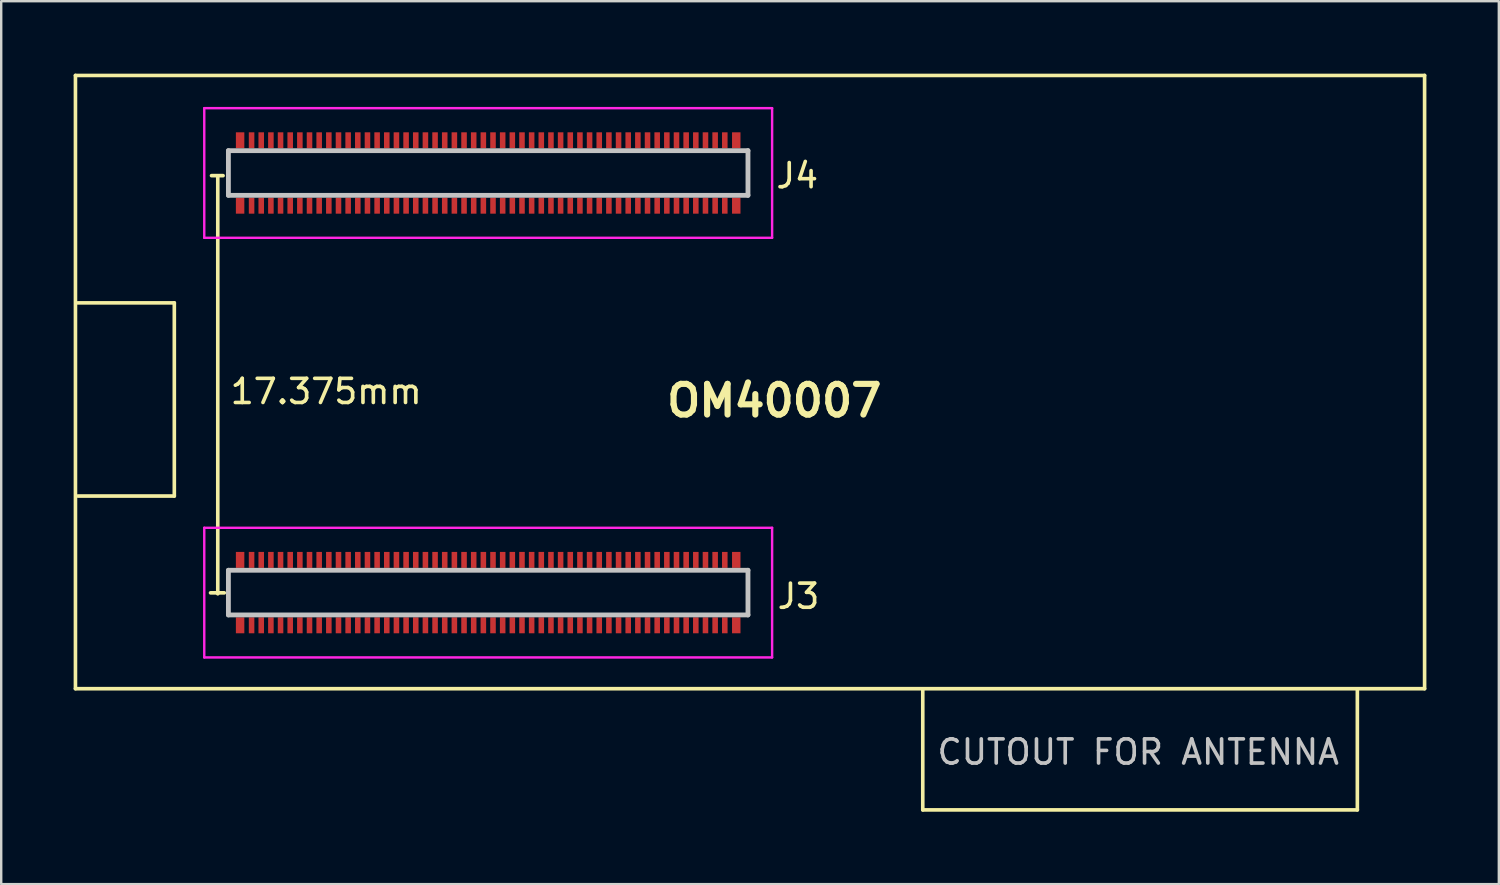
<source format=kicad_pcb>
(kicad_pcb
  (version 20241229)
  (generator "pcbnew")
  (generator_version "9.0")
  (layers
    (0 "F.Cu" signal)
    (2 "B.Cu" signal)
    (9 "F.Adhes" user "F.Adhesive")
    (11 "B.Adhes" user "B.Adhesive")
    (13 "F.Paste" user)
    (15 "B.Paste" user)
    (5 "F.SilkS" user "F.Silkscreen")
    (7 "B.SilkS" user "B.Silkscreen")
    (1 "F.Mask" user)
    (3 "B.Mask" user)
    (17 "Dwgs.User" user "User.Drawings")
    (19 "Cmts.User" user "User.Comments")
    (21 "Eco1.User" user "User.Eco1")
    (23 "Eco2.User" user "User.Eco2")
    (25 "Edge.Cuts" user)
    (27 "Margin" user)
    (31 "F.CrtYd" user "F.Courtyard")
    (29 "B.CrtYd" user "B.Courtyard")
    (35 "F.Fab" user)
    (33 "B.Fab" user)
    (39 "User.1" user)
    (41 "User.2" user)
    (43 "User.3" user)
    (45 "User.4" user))
  (footprint "OM40007"
    (layer "F.Cu")
    (at 17.17 21.495)
    (property "Reference" "OM40007" (at 11.85 -7.95 0) (layer "F.SilkS") (effects (font (size 1.27 1.27) (thickness 0.254))))
    (attr smd)
    (fp_line (start -17.095 -21.42) (end 38.785 -21.42) (stroke (width 0.15) (type solid)) (layer "F.SilkS"))
    (fp_line (start -17.095 3.98) (end -17.095 -21.42) (stroke (width 0.15) (type solid)) (layer "F.SilkS"))
    (fp_line (start -17 -4) (end -13 -4) (stroke (width 0.15) (type solid)) (layer "F.SilkS"))
    (fp_line (start -13 -12) (end -17 -12) (stroke (width 0.15) (type solid)) (layer "F.SilkS"))
    (fp_line (start -13 -4) (end -13 -12) (stroke (width 0.15) (type solid)) (layer "F.SilkS"))
    (fp_line (start -11.46 -17.27) (end -10.98 -17.27) (stroke (width 0.15) (type solid)) (layer "F.SilkS"))
    (fp_line (start -11.2 -17.24) (end -11.2 0.05) (stroke (width 0.15) (type solid)) (layer "F.SilkS"))
    (fp_line (start -10.93 0.01) (end -11.5 0.01) (stroke (width 0.15) (type solid)) (layer "F.SilkS"))
    (fp_line (start -10.76 -18.305) (end -10.76 -16.455) (stroke (width 0.1) (type solid)) (layer "F.SilkS"))
    (fp_line (start -10.76 -0.925) (end -10.76 0.925) (stroke (width 0.1) (type solid)) (layer "F.SilkS"))
    (fp_line (start 10.76 -18.305) (end 10.76 -16.455) (stroke (width 0.1) (type solid)) (layer "F.SilkS"))
    (fp_line (start 10.76 -0.925) (end 10.76 0.925) (stroke (width 0.1) (type solid)) (layer "F.SilkS"))
    (fp_line (start 18 9) (end 18 4) (stroke (width 0.15) (type solid)) (layer "F.SilkS"))
    (fp_line (start 36 4) (end 36 9) (stroke (width 0.15) (type solid)) (layer "F.SilkS"))
    (fp_line (start 36 9) (end 18 9) (stroke (width 0.15) (type solid)) (layer "F.SilkS"))
    (fp_line (start 38.785 -21.42) (end 38.785 3.98) (stroke (width 0.15) (type solid)) (layer "F.SilkS"))
    (fp_line (start 38.785 3.98) (end -17.095 3.98) (stroke (width 0.15) (type solid)) (layer "F.SilkS"))
    (fp_line (start -10.76 -18.305) (end 10.76 -18.305) (stroke (width 0.2) (type solid)) (layer "Dwgs.User"))
    (fp_line (start -10.76 -16.455) (end -10.76 -18.305) (stroke (width 0.2) (type solid)) (layer "Dwgs.User"))
    (fp_line (start -10.76 -0.925) (end 10.76 -0.925) (stroke (width 0.2) (type solid)) (layer "Dwgs.User"))
    (fp_line (start -10.76 0.925) (end -10.76 -0.925) (stroke (width 0.2) (type solid)) (layer "Dwgs.User"))
    (fp_line (start 10.76 -18.305) (end 10.76 -16.455) (stroke (width 0.2) (type solid)) (layer "Dwgs.User"))
    (fp_line (start 10.76 -16.455) (end -10.76 -16.455) (stroke (width 0.2) (type solid)) (layer "Dwgs.User"))
    (fp_line (start 10.76 -0.925) (end 10.76 0.925) (stroke (width 0.2) (type solid)) (layer "Dwgs.User"))
    (fp_line (start 10.76 0.925) (end -10.76 0.925) (stroke (width 0.2) (type solid)) (layer "Dwgs.User"))
    (fp_line (start -11.76 -20.065) (end 11.76 -20.065) (stroke (width 0.1) (type solid)) (layer "F.CrtYd"))
    (fp_line (start -11.76 -14.695) (end -11.76 -20.065) (stroke (width 0.1) (type solid)) (layer "F.CrtYd"))
    (fp_line (start -11.76 -2.685) (end 11.76 -2.685) (stroke (width 0.1) (type solid)) (layer "F.CrtYd"))
    (fp_line (start -11.76 2.685) (end -11.76 -2.685) (stroke (width 0.1) (type solid)) (layer "F.CrtYd"))
    (fp_line (start 11.76 -20.065) (end 11.76 -14.695) (stroke (width 0.1) (type solid)) (layer "F.CrtYd"))
    (fp_line (start 11.76 -14.695) (end -11.76 -14.695) (stroke (width 0.1) (type solid)) (layer "F.CrtYd"))
    (fp_line (start 11.76 -2.685) (end 11.76 2.685) (stroke (width 0.1) (type solid)) (layer "F.CrtYd"))
    (fp_line (start 11.76 2.685) (end -11.76 2.685) (stroke (width 0.1) (type solid)) (layer "F.CrtYd"))
    (fp_text user "J4" (at 12.802 -17.267 0) (layer "F.SilkS") (effects (font (size 1 1) (thickness 0.15))))
    (fp_text user "17.375mm" (at -6.71 -8.33 0) (layer "F.SilkS") (effects (font (size 1 1) (thickness 0.15))))
    (fp_text user "J3" (at 12.852 0.152 0) (layer "F.SilkS") (effects (font (size 1 1) (thickness 0.15))))
    (fp_text user "CUTOUT FOR ANTENNA" (at 26.924 6.604 0) (unlocked yes) (layer "Dwgs.User") (effects (font (size 1 1) (thickness 0.15))))
    (pad "1" smd rect (at -9.8 -1.355) (size 0.23 0.66) (layers "F.Cu" "F.Mask" "F.Paste"))
    (pad "2" smd rect (at -9.8 1.355) (size 0.23 0.66) (layers "F.Cu" "F.Mask" "F.Paste"))
    (pad "3" smd rect (at -9.4 -1.355) (size 0.23 0.66) (layers "F.Cu" "F.Mask" "F.Paste"))
    (pad "4" smd rect (at -9.4 1.355) (size 0.23 0.66) (layers "F.Cu" "F.Mask" "F.Paste"))
    (pad "5" smd rect (at -9 -1.355) (size 0.23 0.66) (layers "F.Cu" "F.Mask" "F.Paste"))
    (pad "6" smd rect (at -9 1.355) (size 0.23 0.66) (layers "F.Cu" "F.Mask" "F.Paste"))
    (pad "7" smd rect (at -8.6 -1.355) (size 0.23 0.66) (layers "F.Cu" "F.Mask" "F.Paste"))
    (pad "8" smd rect (at -8.6 1.355) (size 0.23 0.66) (layers "F.Cu" "F.Mask" "F.Paste"))
    (pad "9" smd rect (at -8.2 -1.355) (size 0.23 0.66) (layers "F.Cu" "F.Mask" "F.Paste"))
    (pad "10" smd rect (at -8.2 1.355) (size 0.23 0.66) (layers "F.Cu" "F.Mask" "F.Paste"))
    (pad "11" smd rect (at -7.8 -1.355) (size 0.23 0.66) (layers "F.Cu" "F.Mask" "F.Paste"))
    (pad "12" smd rect (at -7.8 1.355) (size 0.23 0.66) (layers "F.Cu" "F.Mask" "F.Paste"))
    (pad "13" smd rect (at -7.4 -1.355) (size 0.23 0.66) (layers "F.Cu" "F.Mask" "F.Paste"))
    (pad "14" smd rect (at -7.4 1.355) (size 0.23 0.66) (layers "F.Cu" "F.Mask" "F.Paste"))
    (pad "15" smd rect (at -7 -1.355) (size 0.23 0.66) (layers "F.Cu" "F.Mask" "F.Paste"))
    (pad "16" smd rect (at -7 1.355) (size 0.23 0.66) (layers "F.Cu" "F.Mask" "F.Paste"))
    (pad "17" smd rect (at -6.6 -1.355) (size 0.23 0.66) (layers "F.Cu" "F.Mask" "F.Paste"))
    (pad "18" smd rect (at -6.6 1.355) (size 0.23 0.66) (layers "F.Cu" "F.Mask" "F.Paste"))
    (pad "19" smd rect (at -6.2 -1.355) (size 0.23 0.66) (layers "F.Cu" "F.Mask" "F.Paste"))
    (pad "20" smd rect (at -6.2 1.355) (size 0.23 0.66) (layers "F.Cu" "F.Mask" "F.Paste"))
    (pad "21" smd rect (at -5.8 -1.355) (size 0.23 0.66) (layers "F.Cu" "F.Mask" "F.Paste"))
    (pad "22" smd rect (at -5.8 1.355) (size 0.23 0.66) (layers "F.Cu" "F.Mask" "F.Paste"))
    (pad "23" smd rect (at -5.4 -1.355) (size 0.23 0.66) (layers "F.Cu" "F.Mask" "F.Paste"))
    (pad "24" smd rect (at -5.4 1.355) (size 0.23 0.66) (layers "F.Cu" "F.Mask" "F.Paste"))
    (pad "25" smd rect (at -5 -1.355) (size 0.23 0.66) (layers "F.Cu" "F.Mask" "F.Paste"))
    (pad "26" smd rect (at -5 1.355) (size 0.23 0.66) (layers "F.Cu" "F.Mask" "F.Paste"))
    (pad "27" smd rect (at -4.6 -1.355) (size 0.23 0.66) (layers "F.Cu" "F.Mask" "F.Paste"))
    (pad "28" smd rect (at -4.6 1.355) (size 0.23 0.66) (layers "F.Cu" "F.Mask" "F.Paste"))
    (pad "29" smd rect (at -4.2 -1.355) (size 0.23 0.66) (layers "F.Cu" "F.Mask" "F.Paste"))
    (pad "30" smd rect (at -4.2 1.355) (size 0.23 0.66) (layers "F.Cu" "F.Mask" "F.Paste"))
    (pad "31" smd rect (at -3.8 -1.355) (size 0.23 0.66) (layers "F.Cu" "F.Mask" "F.Paste"))
    (pad "32" smd rect (at -3.8 1.355) (size 0.23 0.66) (layers "F.Cu" "F.Mask" "F.Paste"))
    (pad "33" smd rect (at -3.4 -1.355) (size 0.23 0.66) (layers "F.Cu" "F.Mask" "F.Paste"))
    (pad "34" smd rect (at -3.4 1.355) (size 0.23 0.66) (layers "F.Cu" "F.Mask" "F.Paste"))
    (pad "35" smd rect (at -3 -1.355) (size 0.23 0.66) (layers "F.Cu" "F.Mask" "F.Paste"))
    (pad "36" smd rect (at -3 1.355) (size 0.23 0.66) (layers "F.Cu" "F.Mask" "F.Paste"))
    (pad "37" smd rect (at -2.6 -1.355) (size 0.23 0.66) (layers "F.Cu" "F.Mask" "F.Paste"))
    (pad "38" smd rect (at -2.6 1.355) (size 0.23 0.66) (layers "F.Cu" "F.Mask" "F.Paste"))
    (pad "39" smd rect (at -2.2 -1.355) (size 0.23 0.66) (layers "F.Cu" "F.Mask" "F.Paste"))
    (pad "40" smd rect (at -2.2 1.355) (size 0.23 0.66) (layers "F.Cu" "F.Mask" "F.Paste"))
    (pad "41" smd rect (at -1.8 -1.355) (size 0.23 0.66) (layers "F.Cu" "F.Mask" "F.Paste"))
    (pad "42" smd rect (at -1.8 1.355) (size 0.23 0.66) (layers "F.Cu" "F.Mask" "F.Paste"))
    (pad "43" smd rect (at -1.4 -1.355) (size 0.23 0.66) (layers "F.Cu" "F.Mask" "F.Paste"))
    (pad "44" smd rect (at -1.4 1.355) (size 0.23 0.66) (layers "F.Cu" "F.Mask" "F.Paste"))
    (pad "45" smd rect (at -1 -1.355) (size 0.23 0.66) (layers "F.Cu" "F.Mask" "F.Paste"))
    (pad "46" smd rect (at -1 1.355) (size 0.23 0.66) (layers "F.Cu" "F.Mask" "F.Paste"))
    (pad "47" smd rect (at -0.6 -1.355) (size 0.23 0.66) (layers "F.Cu" "F.Mask" "F.Paste"))
    (pad "48" smd rect (at -0.6 1.355) (size 0.23 0.66) (layers "F.Cu" "F.Mask" "F.Paste"))
    (pad "49" smd rect (at -0.2 -1.355) (size 0.23 0.66) (layers "F.Cu" "F.Mask" "F.Paste"))
    (pad "50" smd rect (at -0.2 1.355) (size 0.23 0.66) (layers "F.Cu" "F.Mask" "F.Paste"))
    (pad "51" smd rect (at 0.2 -1.355) (size 0.23 0.66) (layers "F.Cu" "F.Mask" "F.Paste"))
    (pad "52" smd rect (at 0.2 1.355) (size 0.23 0.66) (layers "F.Cu" "F.Mask" "F.Paste"))
    (pad "53" smd rect (at 0.6 -1.355) (size 0.23 0.66) (layers "F.Cu" "F.Mask" "F.Paste"))
    (pad "54" smd rect (at 0.6 1.355) (size 0.23 0.66) (layers "F.Cu" "F.Mask" "F.Paste"))
    (pad "55" smd rect (at 1 -1.355) (size 0.23 0.66) (layers "F.Cu" "F.Mask" "F.Paste"))
    (pad "56" smd rect (at 1 1.355) (size 0.23 0.66) (layers "F.Cu" "F.Mask" "F.Paste"))
    (pad "57" smd rect (at 1.4 -1.355) (size 0.23 0.66) (layers "F.Cu" "F.Mask" "F.Paste"))
    (pad "58" smd rect (at 1.4 1.355) (size 0.23 0.66) (layers "F.Cu" "F.Mask" "F.Paste"))
    (pad "59" smd rect (at 1.8 -1.355) (size 0.23 0.66) (layers "F.Cu" "F.Mask" "F.Paste"))
    (pad "60" smd rect (at 1.8 1.355) (size 0.23 0.66) (layers "F.Cu" "F.Mask" "F.Paste"))
    (pad "61" smd rect (at 2.2 -1.355) (size 0.23 0.66) (layers "F.Cu" "F.Mask" "F.Paste"))
    (pad "62" smd rect (at 2.2 1.355) (size 0.23 0.66) (layers "F.Cu" "F.Mask" "F.Paste"))
    (pad "63" smd rect (at 2.6 -1.355) (size 0.23 0.66) (layers "F.Cu" "F.Mask" "F.Paste"))
    (pad "64" smd rect (at 2.6 1.355) (size 0.23 0.66) (layers "F.Cu" "F.Mask" "F.Paste"))
    (pad "65" smd rect (at 3 -1.355) (size 0.23 0.66) (layers "F.Cu" "F.Mask" "F.Paste"))
    (pad "66" smd rect (at 3 1.355) (size 0.23 0.66) (layers "F.Cu" "F.Mask" "F.Paste"))
    (pad "67" smd rect (at 3.4 -1.355) (size 0.23 0.66) (layers "F.Cu" "F.Mask" "F.Paste"))
    (pad "68" smd rect (at 3.4 1.355) (size 0.23 0.66) (layers "F.Cu" "F.Mask" "F.Paste"))
    (pad "69" smd rect (at 3.8 -1.355) (size 0.23 0.66) (layers "F.Cu" "F.Mask" "F.Paste"))
    (pad "70" smd rect (at 3.8 1.355) (size 0.23 0.66) (layers "F.Cu" "F.Mask" "F.Paste"))
    (pad "71" smd rect (at 4.2 -1.355) (size 0.23 0.66) (layers "F.Cu" "F.Mask" "F.Paste"))
    (pad "72" smd rect (at 4.2 1.355) (size 0.23 0.66) (layers "F.Cu" "F.Mask" "F.Paste"))
    (pad "73" smd rect (at 4.6 -1.355) (size 0.23 0.66) (layers "F.Cu" "F.Mask" "F.Paste"))
    (pad "74" smd rect (at 4.6 1.355) (size 0.23 0.66) (layers "F.Cu" "F.Mask" "F.Paste"))
    (pad "75" smd rect (at 5 -1.355) (size 0.23 0.66) (layers "F.Cu" "F.Mask" "F.Paste"))
    (pad "76" smd rect (at 5 1.355) (size 0.23 0.66) (layers "F.Cu" "F.Mask" "F.Paste"))
    (pad "77" smd rect (at 5.4 -1.355) (size 0.23 0.66) (layers "F.Cu" "F.Mask" "F.Paste"))
    (pad "78" smd rect (at 5.4 1.355) (size 0.23 0.66) (layers "F.Cu" "F.Mask" "F.Paste"))
    (pad "79" smd rect (at 5.8 -1.355) (size 0.23 0.66) (layers "F.Cu" "F.Mask" "F.Paste"))
    (pad "80" smd rect (at 5.8 1.355) (size 0.23 0.66) (layers "F.Cu" "F.Mask" "F.Paste"))
    (pad "81" smd rect (at 6.2 -1.355) (size 0.23 0.66) (layers "F.Cu" "F.Mask" "F.Paste"))
    (pad "82" smd rect (at 6.2 1.355) (size 0.23 0.66) (layers "F.Cu" "F.Mask" "F.Paste"))
    (pad "83" smd rect (at 6.6 -1.355) (size 0.23 0.66) (layers "F.Cu" "F.Mask" "F.Paste"))
    (pad "84" smd rect (at 6.6 1.355) (size 0.23 0.66) (layers "F.Cu" "F.Mask" "F.Paste"))
    (pad "85" smd rect (at 7 -1.355) (size 0.23 0.66) (layers "F.Cu" "F.Mask" "F.Paste"))
    (pad "86" smd rect (at 7 1.355) (size 0.23 0.66) (layers "F.Cu" "F.Mask" "F.Paste"))
    (pad "87" smd rect (at 7.4 -1.355) (size 0.23 0.66) (layers "F.Cu" "F.Mask" "F.Paste"))
    (pad "88" smd rect (at 7.4 1.355) (size 0.23 0.66) (layers "F.Cu" "F.Mask" "F.Paste"))
    (pad "89" smd rect (at 7.8 -1.355) (size 0.23 0.66) (layers "F.Cu" "F.Mask" "F.Paste"))
    (pad "90" smd rect (at 7.8 1.355) (size 0.23 0.66) (layers "F.Cu" "F.Mask" "F.Paste"))
    (pad "91" smd rect (at 8.2 -1.355) (size 0.23 0.66) (layers "F.Cu" "F.Mask" "F.Paste"))
    (pad "92" smd rect (at 8.2 1.355) (size 0.23 0.66) (layers "F.Cu" "F.Mask" "F.Paste"))
    (pad "93" smd rect (at 8.6 -1.355) (size 0.23 0.66) (layers "F.Cu" "F.Mask" "F.Paste"))
    (pad "94" smd rect (at 8.6 1.355) (size 0.23 0.66) (layers "F.Cu" "F.Mask" "F.Paste"))
    (pad "95" smd rect (at 9 -1.355) (size 0.23 0.66) (layers "F.Cu" "F.Mask" "F.Paste"))
    (pad "96" smd rect (at 9 1.355) (size 0.23 0.66) (layers "F.Cu" "F.Mask" "F.Paste"))
    (pad "97" smd rect (at 9.4 -1.355) (size 0.23 0.66) (layers "F.Cu" "F.Mask" "F.Paste"))
    (pad "98" smd rect (at 9.4 1.355) (size 0.23 0.66) (layers "F.Cu" "F.Mask" "F.Paste"))
    (pad "99" smd rect (at 9.8 -1.355) (size 0.23 0.66) (layers "F.Cu" "F.Mask" "F.Paste"))
    (pad "100" smd rect (at 9.8 1.355) (size 0.23 0.66) (layers "F.Cu" "F.Mask" "F.Paste"))
    (pad "101" smd rect (at -9.8 -18.735) (size 0.23 0.66) (layers "F.Cu" "F.Mask" "F.Paste"))
    (pad "102" smd rect (at -9.8 -16.025) (size 0.23 0.66) (layers "F.Cu" "F.Mask" "F.Paste"))
    (pad "103" smd rect (at -9.4 -18.735) (size 0.23 0.66) (layers "F.Cu" "F.Mask" "F.Paste"))
    (pad "104" smd rect (at -9.4 -16.025) (size 0.23 0.66) (layers "F.Cu" "F.Mask" "F.Paste"))
    (pad "105" smd rect (at -9 -18.735) (size 0.23 0.66) (layers "F.Cu" "F.Mask" "F.Paste"))
    (pad "106" smd rect (at -9 -16.025) (size 0.23 0.66) (layers "F.Cu" "F.Mask" "F.Paste"))
    (pad "107" smd rect (at -8.6 -18.735) (size 0.23 0.66) (layers "F.Cu" "F.Mask" "F.Paste"))
    (pad "108" smd rect (at -8.6 -16.025) (size 0.23 0.66) (layers "F.Cu" "F.Mask" "F.Paste"))
    (pad "109" smd rect (at -8.2 -18.735) (size 0.23 0.66) (layers "F.Cu" "F.Mask" "F.Paste"))
    (pad "110" smd rect (at -8.2 -16.025) (size 0.23 0.66) (layers "F.Cu" "F.Mask" "F.Paste"))
    (pad "111" smd rect (at -7.8 -18.735) (size 0.23 0.66) (layers "F.Cu" "F.Mask" "F.Paste"))
    (pad "112" smd rect (at -7.8 -16.025) (size 0.23 0.66) (layers "F.Cu" "F.Mask" "F.Paste"))
    (pad "113" smd rect (at -7.4 -18.735) (size 0.23 0.66) (layers "F.Cu" "F.Mask" "F.Paste"))
    (pad "114" smd rect (at -7.4 -16.025) (size 0.23 0.66) (layers "F.Cu" "F.Mask" "F.Paste"))
    (pad "115" smd rect (at -7 -18.735) (size 0.23 0.66) (layers "F.Cu" "F.Mask" "F.Paste"))
    (pad "116" smd rect (at -7 -16.025) (size 0.23 0.66) (layers "F.Cu" "F.Mask" "F.Paste"))
    (pad "117" smd rect (at -6.6 -18.735) (size 0.23 0.66) (layers "F.Cu" "F.Mask" "F.Paste"))
    (pad "118" smd rect (at -6.6 -16.025) (size 0.23 0.66) (layers "F.Cu" "F.Mask" "F.Paste"))
    (pad "119" smd rect (at -6.2 -18.735) (size 0.23 0.66) (layers "F.Cu" "F.Mask" "F.Paste"))
    (pad "120" smd rect (at -6.2 -16.025) (size 0.23 0.66) (layers "F.Cu" "F.Mask" "F.Paste"))
    (pad "121" smd rect (at -5.8 -18.735) (size 0.23 0.66) (layers "F.Cu" "F.Mask" "F.Paste"))
    (pad "122" smd rect (at -5.8 -16.025) (size 0.23 0.66) (layers "F.Cu" "F.Mask" "F.Paste"))
    (pad "123" smd rect (at -5.4 -18.735) (size 0.23 0.66) (layers "F.Cu" "F.Mask" "F.Paste"))
    (pad "124" smd rect (at -5.4 -16.025) (size 0.23 0.66) (layers "F.Cu" "F.Mask" "F.Paste"))
    (pad "125" smd rect (at -5 -18.735) (size 0.23 0.66) (layers "F.Cu" "F.Mask" "F.Paste"))
    (pad "126" smd rect (at -5 -16.025) (size 0.23 0.66) (layers "F.Cu" "F.Mask" "F.Paste"))
    (pad "127" smd rect (at -4.6 -18.735) (size 0.23 0.66) (layers "F.Cu" "F.Mask" "F.Paste"))
    (pad "128" smd rect (at -4.6 -16.025) (size 0.23 0.66) (layers "F.Cu" "F.Mask" "F.Paste"))
    (pad "129" smd rect (at -4.2 -18.735) (size 0.23 0.66) (layers "F.Cu" "F.Mask" "F.Paste"))
    (pad "130" smd rect (at -4.2 -16.025) (size 0.23 0.66) (layers "F.Cu" "F.Mask" "F.Paste"))
    (pad "131" smd rect (at -3.8 -18.735) (size 0.23 0.66) (layers "F.Cu" "F.Mask" "F.Paste"))
    (pad "132" smd rect (at -3.8 -16.025) (size 0.23 0.66) (layers "F.Cu" "F.Mask" "F.Paste"))
    (pad "133" smd rect (at -3.4 -18.735) (size 0.23 0.66) (layers "F.Cu" "F.Mask" "F.Paste"))
    (pad "134" smd rect (at -3.4 -16.025) (size 0.23 0.66) (layers "F.Cu" "F.Mask" "F.Paste"))
    (pad "135" smd rect (at -3 -18.735) (size 0.23 0.66) (layers "F.Cu" "F.Mask" "F.Paste"))
    (pad "136" smd rect (at -3 -16.025) (size 0.23 0.66) (layers "F.Cu" "F.Mask" "F.Paste"))
    (pad "137" smd rect (at -2.6 -18.735) (size 0.23 0.66) (layers "F.Cu" "F.Mask" "F.Paste"))
    (pad "138" smd rect (at -2.6 -16.025) (size 0.23 0.66) (layers "F.Cu" "F.Mask" "F.Paste"))
    (pad "139" smd rect (at -2.2 -18.735) (size 0.23 0.66) (layers "F.Cu" "F.Mask" "F.Paste"))
    (pad "140" smd rect (at -2.2 -16.025) (size 0.23 0.66) (layers "F.Cu" "F.Mask" "F.Paste"))
    (pad "141" smd rect (at -1.8 -18.735) (size 0.23 0.66) (layers "F.Cu" "F.Mask" "F.Paste"))
    (pad "142" smd rect (at -1.8 -16.025) (size 0.23 0.66) (layers "F.Cu" "F.Mask" "F.Paste"))
    (pad "143" smd rect (at -1.4 -18.735) (size 0.23 0.66) (layers "F.Cu" "F.Mask" "F.Paste"))
    (pad "144" smd rect (at -1.4 -16.025) (size 0.23 0.66) (layers "F.Cu" "F.Mask" "F.Paste"))
    (pad "145" smd rect (at -1 -18.735) (size 0.23 0.66) (layers "F.Cu" "F.Mask" "F.Paste"))
    (pad "146" smd rect (at -1 -16.025) (size 0.23 0.66) (layers "F.Cu" "F.Mask" "F.Paste"))
    (pad "147" smd rect (at -0.6 -18.735) (size 0.23 0.66) (layers "F.Cu" "F.Mask" "F.Paste"))
    (pad "148" smd rect (at -0.6 -16.025) (size 0.23 0.66) (layers "F.Cu" "F.Mask" "F.Paste"))
    (pad "149" smd rect (at -0.2 -18.735) (size 0.23 0.66) (layers "F.Cu" "F.Mask" "F.Paste"))
    (pad "150" smd rect (at -0.2 -16.025) (size 0.23 0.66) (layers "F.Cu" "F.Mask" "F.Paste"))
    (pad "151" smd rect (at 0.2 -18.735) (size 0.23 0.66) (layers "F.Cu" "F.Mask" "F.Paste"))
    (pad "152" smd rect (at 0.2 -16.025) (size 0.23 0.66) (layers "F.Cu" "F.Mask" "F.Paste"))
    (pad "153" smd rect (at 0.6 -18.735) (size 0.23 0.66) (layers "F.Cu" "F.Mask" "F.Paste"))
    (pad "154" smd rect (at 0.6 -16.025) (size 0.23 0.66) (layers "F.Cu" "F.Mask" "F.Paste"))
    (pad "155" smd rect (at 1 -18.735) (size 0.23 0.66) (layers "F.Cu" "F.Mask" "F.Paste"))
    (pad "156" smd rect (at 1 -16.025) (size 0.23 0.66) (layers "F.Cu" "F.Mask" "F.Paste"))
    (pad "157" smd rect (at 1.4 -18.735) (size 0.23 0.66) (layers "F.Cu" "F.Mask" "F.Paste"))
    (pad "158" smd rect (at 1.4 -16.025) (size 0.23 0.66) (layers "F.Cu" "F.Mask" "F.Paste"))
    (pad "159" smd rect (at 1.8 -18.735) (size 0.23 0.66) (layers "F.Cu" "F.Mask" "F.Paste"))
    (pad "160" smd rect (at 1.8 -16.025) (size 0.23 0.66) (layers "F.Cu" "F.Mask" "F.Paste"))
    (pad "161" smd rect (at 2.2 -18.735) (size 0.23 0.66) (layers "F.Cu" "F.Mask" "F.Paste"))
    (pad "162" smd rect (at 2.2 -16.025) (size 0.23 0.66) (layers "F.Cu" "F.Mask" "F.Paste"))
    (pad "163" smd rect (at 2.6 -18.735) (size 0.23 0.66) (layers "F.Cu" "F.Mask" "F.Paste"))
    (pad "164" smd rect (at 2.6 -16.025) (size 0.23 0.66) (layers "F.Cu" "F.Mask" "F.Paste"))
    (pad "165" smd rect (at 3 -18.735) (size 0.23 0.66) (layers "F.Cu" "F.Mask" "F.Paste"))
    (pad "166" smd rect (at 3 -16.025) (size 0.23 0.66) (layers "F.Cu" "F.Mask" "F.Paste"))
    (pad "167" smd rect (at 3.4 -18.735) (size 0.23 0.66) (layers "F.Cu" "F.Mask" "F.Paste"))
    (pad "168" smd rect (at 3.4 -16.025) (size 0.23 0.66) (layers "F.Cu" "F.Mask" "F.Paste"))
    (pad "169" smd rect (at 3.8 -18.735) (size 0.23 0.66) (layers "F.Cu" "F.Mask" "F.Paste"))
    (pad "170" smd rect (at 3.8 -16.025) (size 0.23 0.66) (layers "F.Cu" "F.Mask" "F.Paste"))
    (pad "171" smd rect (at 4.2 -18.735) (size 0.23 0.66) (layers "F.Cu" "F.Mask" "F.Paste"))
    (pad "172" smd rect (at 4.2 -16.025) (size 0.23 0.66) (layers "F.Cu" "F.Mask" "F.Paste"))
    (pad "173" smd rect (at 4.6 -18.735) (size 0.23 0.66) (layers "F.Cu" "F.Mask" "F.Paste"))
    (pad "174" smd rect (at 4.6 -16.025) (size 0.23 0.66) (layers "F.Cu" "F.Mask" "F.Paste"))
    (pad "175" smd rect (at 5 -18.735) (size 0.23 0.66) (layers "F.Cu" "F.Mask" "F.Paste"))
    (pad "176" smd rect (at 5 -16.025) (size 0.23 0.66) (layers "F.Cu" "F.Mask" "F.Paste"))
    (pad "177" smd rect (at 5.4 -18.735) (size 0.23 0.66) (layers "F.Cu" "F.Mask" "F.Paste"))
    (pad "178" smd rect (at 5.4 -16.025) (size 0.23 0.66) (layers "F.Cu" "F.Mask" "F.Paste"))
    (pad "179" smd rect (at 5.8 -18.735) (size 0.23 0.66) (layers "F.Cu" "F.Mask" "F.Paste"))
    (pad "180" smd rect (at 5.8 -16.025) (size 0.23 0.66) (layers "F.Cu" "F.Mask" "F.Paste"))
    (pad "181" smd rect (at 6.2 -18.735) (size 0.23 0.66) (layers "F.Cu" "F.Mask" "F.Paste"))
    (pad "182" smd rect (at 6.2 -16.025) (size 0.23 0.66) (layers "F.Cu" "F.Mask" "F.Paste"))
    (pad "183" smd rect (at 6.6 -18.735) (size 0.23 0.66) (layers "F.Cu" "F.Mask" "F.Paste"))
    (pad "184" smd rect (at 6.6 -16.025) (size 0.23 0.66) (layers "F.Cu" "F.Mask" "F.Paste"))
    (pad "185" smd rect (at 7 -18.735) (size 0.23 0.66) (layers "F.Cu" "F.Mask" "F.Paste"))
    (pad "186" smd rect (at 7 -16.025) (size 0.23 0.66) (layers "F.Cu" "F.Mask" "F.Paste"))
    (pad "187" smd rect (at 7.4 -18.735) (size 0.23 0.66) (layers "F.Cu" "F.Mask" "F.Paste"))
    (pad "188" smd rect (at 7.4 -16.025) (size 0.23 0.66) (layers "F.Cu" "F.Mask" "F.Paste"))
    (pad "189" smd rect (at 7.8 -18.735) (size 0.23 0.66) (layers "F.Cu" "F.Mask" "F.Paste"))
    (pad "190" smd rect (at 7.8 -16.025) (size 0.23 0.66) (layers "F.Cu" "F.Mask" "F.Paste"))
    (pad "191" smd rect (at 8.2 -18.735) (size 0.23 0.66) (layers "F.Cu" "F.Mask" "F.Paste"))
    (pad "192" smd rect (at 8.2 -16.025) (size 0.23 0.66) (layers "F.Cu" "F.Mask" "F.Paste"))
    (pad "193" smd rect (at 8.6 -18.735) (size 0.23 0.66) (layers "F.Cu" "F.Mask" "F.Paste"))
    (pad "194" smd rect (at 8.6 -16.025) (size 0.23 0.66) (layers "F.Cu" "F.Mask" "F.Paste"))
    (pad "195" smd rect (at 9 -18.735) (size 0.23 0.66) (layers "F.Cu" "F.Mask" "F.Paste"))
    (pad "196" smd rect (at 9 -16.025) (size 0.23 0.66) (layers "F.Cu" "F.Mask" "F.Paste"))
    (pad "197" smd rect (at 9.4 -18.735) (size 0.23 0.66) (layers "F.Cu" "F.Mask" "F.Paste"))
    (pad "198" smd rect (at 9.4 -16.025) (size 0.23 0.66) (layers "F.Cu" "F.Mask" "F.Paste"))
    (pad "199" smd rect (at 9.8 -18.735) (size 0.23 0.66) (layers "F.Cu" "F.Mask" "F.Paste"))
    (pad "200" smd rect (at 9.8 -16.025) (size 0.23 0.66) (layers "F.Cu" "F.Mask" "F.Paste"))
    (pad "M1" smd rect (at -10.275 1.355) (size 0.35 0.66) (layers "F.Cu" "F.Mask" "F.Paste"))
    (pad "M2" smd rect (at -10.275 -1.355) (size 0.35 0.66) (layers "F.Cu" "F.Mask" "F.Paste"))
    (pad "M3" smd rect (at 10.275 -1.355) (size 0.35 0.66) (layers "F.Cu" "F.Mask" "F.Paste"))
    (pad "M4" smd rect (at 10.275 1.355) (size 0.35 0.66) (layers "F.Cu" "F.Mask" "F.Paste"))
    (pad "M101" smd rect (at -10.275 -16.025) (size 0.35 0.66) (layers "F.Cu" "F.Mask" "F.Paste"))
    (pad "M102" smd rect (at -10.275 -18.735) (size 0.35 0.66) (layers "F.Cu" "F.Mask" "F.Paste"))
    (pad "M103" smd rect (at 10.275 -18.735) (size 0.35 0.66) (layers "F.Cu" "F.Mask" "F.Paste"))
    (pad "M104" smd rect (at 10.275 -16.025) (size 0.35 0.66) (layers "F.Cu" "F.Mask" "F.Paste")))
  (gr_rect
    (start -3 -3)
    (end 59.03 33.57)
    (stroke (width 0.1) (type default))
    (fill no)
    (layer "Edge.Cuts")))
</source>
